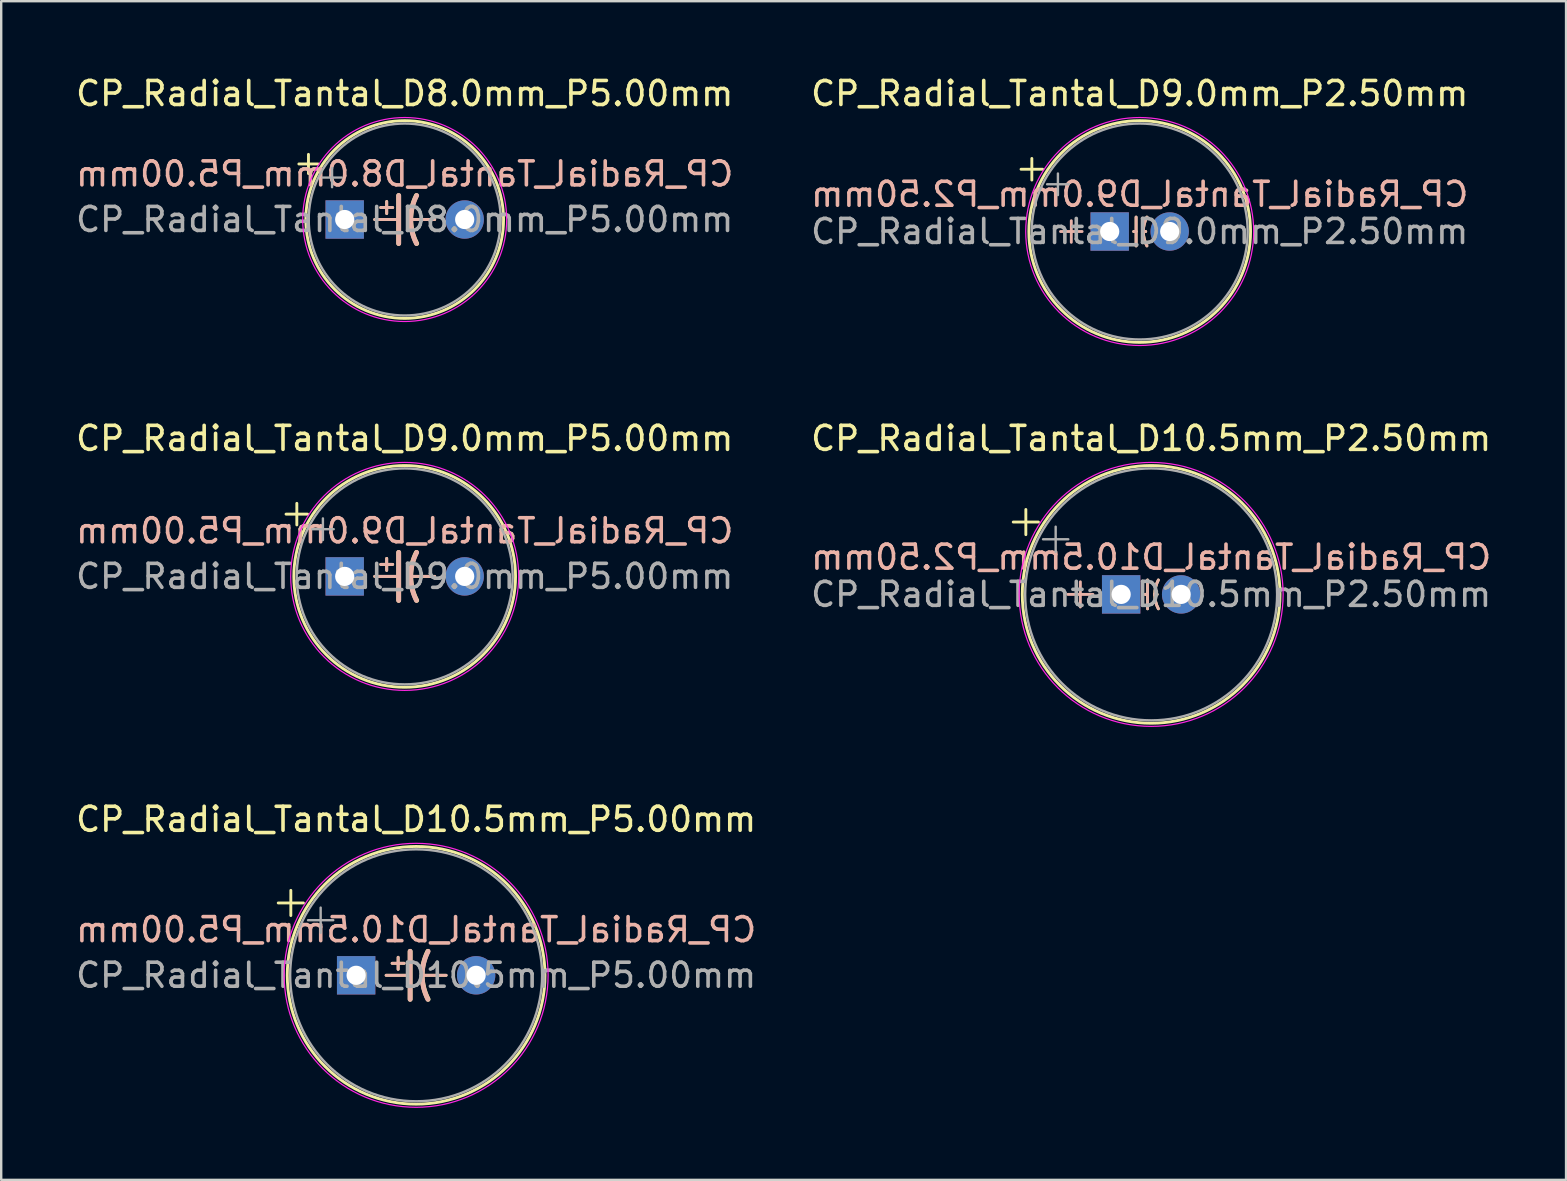
<source format=kicad_pcb>
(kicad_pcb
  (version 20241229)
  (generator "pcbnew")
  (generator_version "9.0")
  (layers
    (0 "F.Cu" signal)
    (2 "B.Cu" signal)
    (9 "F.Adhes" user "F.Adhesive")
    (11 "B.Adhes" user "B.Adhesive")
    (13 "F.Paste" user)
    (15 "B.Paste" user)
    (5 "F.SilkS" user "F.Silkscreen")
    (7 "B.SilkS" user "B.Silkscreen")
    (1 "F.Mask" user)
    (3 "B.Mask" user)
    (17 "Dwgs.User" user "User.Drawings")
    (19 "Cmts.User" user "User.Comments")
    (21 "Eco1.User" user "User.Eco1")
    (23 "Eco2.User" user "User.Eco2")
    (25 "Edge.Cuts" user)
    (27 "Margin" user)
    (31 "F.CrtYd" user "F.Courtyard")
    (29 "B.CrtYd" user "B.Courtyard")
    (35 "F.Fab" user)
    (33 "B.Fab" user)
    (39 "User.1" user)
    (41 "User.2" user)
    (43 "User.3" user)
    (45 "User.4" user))
  (footprint "CP_Radial_Tantal_D9.0mm_P5.00mm"
    (layer "F.Cu")
    (at 11.315 20.971)
    (property "Reference" "CP_Radial_Tantal_D9.0mm_P5.00mm" (at 2.5 -5.75 0) (layer "F.SilkS") (effects (font (size 1 1) (thickness 0.15))))
    (fp_line (start -2.445 -2.595) (end -1.545 -2.595) (stroke (width 0.12) (type solid)) (layer "F.SilkS"))
    (fp_line (start -1.995 -3.045) (end -1.995 -2.145) (stroke (width 0.12) (type solid)) (layer "F.SilkS"))
    (fp_line (start 1.25 0) (end 2.25 0) (stroke (width 0.12) (type solid)) (layer "F.SilkS"))
    (fp_line (start 1.5 -0.5) (end 2 -0.5) (stroke (width 0.12) (type solid)) (layer "F.SilkS"))
    (fp_line (start 1.75 -0.25) (end 1.75 -0.75) (stroke (width 0.12) (type solid)) (layer "F.SilkS"))
    (fp_line (start 2.25 -1) (end 2.25 1) (stroke (width 0.2) (type solid)) (layer "F.SilkS"))
    (fp_line (start 3.75 0) (end 2.75 0) (stroke (width 0.12) (type solid)) (layer "F.SilkS"))
    (fp_arc (start 2.75 0) (mid 2.810254 -0.5139) (end 2.987539 -1) (stroke (width 0.2) (type solid)) (layer "F.SilkS"))
    (fp_arc (start 3 1) (mid 2.816707 0.514573) (end 2.75 0) (stroke (width 0.2) (type solid)) (layer "F.SilkS"))
    (fp_circle (center 2.5 0) (end 7.12 0) (stroke (width 0.12) (type solid)) (fill no) (layer "F.SilkS"))
    (fp_line (start 1.25 0) (end 2.25 0) (stroke (width 0.12) (type solid)) (layer "B.SilkS"))
    (fp_line (start 1.5 -0.5) (end 2 -0.5) (stroke (width 0.12) (type solid)) (layer "B.SilkS"))
    (fp_line (start 1.75 -0.75) (end 1.75 -0.25) (stroke (width 0.12) (type solid)) (layer "B.SilkS"))
    (fp_line (start 2.25 1) (end 2.25 -1) (stroke (width 0.2) (type solid)) (layer "B.SilkS"))
    (fp_line (start 3.75 0) (end 2.75 0) (stroke (width 0.12) (type solid)) (layer "B.SilkS"))
    (fp_arc (start 2.75 0) (mid 2.816707 -0.514573) (end 3 -1) (stroke (width 0.2) (type solid)) (layer "B.SilkS"))
    (fp_arc (start 2.987539 1) (mid 2.810254 0.5139) (end 2.75 0) (stroke (width 0.2) (type solid)) (layer "B.SilkS"))
    (fp_circle (center 2.5 0) (end 7.25 0) (stroke (width 0.05) (type solid)) (fill no) (layer "F.CrtYd"))
    (fp_line (start -1.358 -1.968) (end -0.458 -1.968) (stroke (width 0.1) (type solid)) (layer "F.Fab"))
    (fp_line (start -0.908 -2.417) (end -0.908 -1.518) (stroke (width 0.1) (type solid)) (layer "F.Fab"))
    (fp_circle (center 2.5 0) (end 7 0) (stroke (width 0.1) (type solid)) (fill no) (layer "F.Fab"))
    (fp_text user "${REFERENCE}" (at 2.5 -1.9 0) (layer "B.SilkS") (effects (font (size 1 1) (thickness 0.15)) (justify mirror)))
    (fp_text user "${REFERENCE}" (at 2.5 0 0) (layer "F.Fab") (effects (font (size 1 1) (thickness 0.15))))
    (pad "1" thru_hole rect (at 0 0) (size 1.6 1.6) (drill 0.8) (layers "*.Cu" "*.Mask"))
    (pad "2" thru_hole circle (at 5 0) (size 1.6 1.6) (drill 0.8) (layers "*.Cu" "*.Mask")))
  (footprint "CP_Radial_Tantal_D10.5mm_P5.00mm"
    (layer "F.Cu")
    (at 11.792 37.595)
    (property "Reference" "CP_Radial_Tantal_D10.5mm_P5.00mm" (at 2.5 -6.5 0) (layer "F.SilkS") (effects (font (size 1 1) (thickness 0.15))))
    (fp_line (start -3.247 -3.015) (end -2.197 -3.015) (stroke (width 0.12) (type solid)) (layer "F.SilkS"))
    (fp_line (start -2.722 -3.54) (end -2.722 -2.49) (stroke (width 0.12) (type solid)) (layer "F.SilkS"))
    (fp_line (start 1.25 0) (end 2.25 0) (stroke (width 0.12) (type solid)) (layer "F.SilkS"))
    (fp_line (start 1.5 -0.5) (end 2 -0.5) (stroke (width 0.12) (type solid)) (layer "F.SilkS"))
    (fp_line (start 1.75 -0.25) (end 1.75 -0.75) (stroke (width 0.12) (type solid)) (layer "F.SilkS"))
    (fp_line (start 2.25 -1) (end 2.25 1) (stroke (width 0.2) (type solid)) (layer "F.SilkS"))
    (fp_line (start 3.75 0) (end 2.75 0) (stroke (width 0.12) (type solid)) (layer "F.SilkS"))
    (fp_arc (start 2.75 0) (mid 2.810254 -0.5139) (end 2.987539 -1) (stroke (width 0.2) (type solid)) (layer "F.SilkS"))
    (fp_arc (start 3 1) (mid 2.816707 0.514573) (end 2.75 0) (stroke (width 0.2) (type solid)) (layer "F.SilkS"))
    (fp_circle (center 2.5 0) (end 7.87 0) (stroke (width 0.12) (type solid)) (fill no) (layer "F.SilkS"))
    (fp_line (start 1.25 0) (end 2.25 0) (stroke (width 0.12) (type solid)) (layer "B.SilkS"))
    (fp_line (start 1.5 -0.5) (end 2 -0.5) (stroke (width 0.12) (type solid)) (layer "B.SilkS"))
    (fp_line (start 1.75 -0.75) (end 1.75 -0.25) (stroke (width 0.12) (type solid)) (layer "B.SilkS"))
    (fp_line (start 2.25 1) (end 2.25 -1) (stroke (width 0.2) (type solid)) (layer "B.SilkS"))
    (fp_line (start 3.75 0) (end 2.75 0) (stroke (width 0.12) (type solid)) (layer "B.SilkS"))
    (fp_arc (start 2.75 0) (mid 2.816707 -0.514573) (end 3 -1) (stroke (width 0.2) (type solid)) (layer "B.SilkS"))
    (fp_arc (start 2.987539 1) (mid 2.810254 0.5139) (end 2.75 0) (stroke (width 0.2) (type solid)) (layer "B.SilkS"))
    (fp_circle (center 2.5 0) (end 8 0) (stroke (width 0.05) (type solid)) (fill no) (layer "F.CrtYd"))
    (fp_line (start -2.004 -2.297) (end -0.954 -2.297) (stroke (width 0.1) (type solid)) (layer "F.Fab"))
    (fp_line (start -1.479 -2.822) (end -1.479 -1.772) (stroke (width 0.1) (type solid)) (layer "F.Fab"))
    (fp_circle (center 2.5 0) (end 7.75 0) (stroke (width 0.1) (type solid)) (fill no) (layer "F.Fab"))
    (fp_text user "${REFERENCE}" (at 2.5 -1.9 0) (layer "B.SilkS") (effects (font (size 1 1) (thickness 0.15)) (justify mirror)))
    (fp_text user "${REFERENCE}" (at 2.5 0 0) (layer "F.Fab") (effects (font (size 1 1) (thickness 0.15))))
    (pad "1" thru_hole rect (at 0 0) (size 1.6 1.6) (drill 0.8) (layers "*.Cu" "*.Mask"))
    (pad "2" thru_hole circle (at 5 0) (size 1.6 1.6) (drill 0.8) (layers "*.Cu" "*.Mask")))
  (footprint "CP_Radial_Tantal_D10.5mm_P2.50mm"
    (layer "F.Cu")
    (at 43.673 21.721)
    (property "Reference" "CP_Radial_Tantal_D10.5mm_P2.50mm" (at 1.25 -6.5 0) (layer "F.SilkS") (effects (font (size 1 1) (thickness 0.15))))
    (fp_line (start -4.497 -3.015) (end -3.447 -3.015) (stroke (width 0.12) (type solid)) (layer "F.SilkS"))
    (fp_line (start -3.972 -3.54) (end -3.972 -2.49) (stroke (width 0.12) (type solid)) (layer "F.SilkS"))
    (fp_line (start 1.1 -0.6) (end 1.1 0.6) (stroke (width 0.12) (type solid)) (layer "F.SilkS"))
    (fp_line (start 1.1 0) (end 1 0) (stroke (width 0.12) (type solid)) (layer "F.SilkS"))
    (fp_line (start 1.4 0) (end 1.5 0) (stroke (width 0.12) (type solid)) (layer "F.SilkS"))
    (fp_arc (start 1.4 0) (mid 1.438101 -0.309225) (end 1.55 -0.6) (stroke (width 0.12) (type solid)) (layer "F.SilkS"))
    (fp_arc (start 1.55 0.6) (mid 1.440022 0.308744) (end 1.4 0) (stroke (width 0.12) (type solid)) (layer "F.SilkS"))
    (fp_circle (center 1.25 0) (end 6.62 0) (stroke (width 0.12) (type solid)) (fill no) (layer "F.SilkS"))
    (fp_line (start -1.7 -0.525) (end -1.7 0.525) (stroke (width 0.12) (type solid)) (layer "B.SilkS"))
    (fp_line (start -1.175 0) (end -2.225 0) (stroke (width 0.12) (type solid)) (layer "B.SilkS"))
    (fp_line (start 1.1 0) (end 1 0) (stroke (width 0.12) (type solid)) (layer "B.SilkS"))
    (fp_line (start 1.1 0.6) (end 1.1 -0.6) (stroke (width 0.12) (type solid)) (layer "B.SilkS"))
    (fp_line (start 1.4 0) (end 1.5 0) (stroke (width 0.12) (type solid)) (layer "B.SilkS"))
    (fp_arc (start 1.4 0) (mid 1.440022 -0.308744) (end 1.55 -0.6) (stroke (width 0.12) (type solid)) (layer "B.SilkS"))
    (fp_arc (start 1.55 0.6) (mid 1.438098 0.309225) (end 1.4 0) (stroke (width 0.12) (type solid)) (layer "B.SilkS"))
    (fp_circle (center 1.25 0) (end 6.75 0) (stroke (width 0.05) (type solid)) (fill no) (layer "F.CrtYd"))
    (fp_line (start -3.254 -2.297) (end -2.204 -2.297) (stroke (width 0.1) (type solid)) (layer "F.Fab"))
    (fp_line (start -2.729 -2.822) (end -2.729 -1.772) (stroke (width 0.1) (type solid)) (layer "F.Fab"))
    (fp_circle (center 1.25 0) (end 6.5 0) (stroke (width 0.1) (type solid)) (fill no) (layer "F.Fab"))
    (fp_text user "${REFERENCE}" (at 1.25 -1.55 0) (layer "B.SilkS") (effects (font (size 1 1) (thickness 0.15)) (justify mirror)))
    (fp_text user "${REFERENCE}" (at 1.25 0 0) (layer "F.Fab") (effects (font (size 1 1) (thickness 0.15))))
    (pad "1" thru_hole rect (at 0 0) (size 1.6 1.6) (drill 0.8) (layers "*.Cu" "*.Mask"))
    (pad "2" thru_hole circle (at 2.5 0) (size 1.6 1.6) (drill 0.8) (layers "*.Cu" "*.Mask")))
  (footprint "CP_Radial_Tantal_D9.0mm_P2.50mm"
    (layer "F.Cu")
    (at 43.196 6.598)
    (property "Reference" "CP_Radial_Tantal_D9.0mm_P2.50mm" (at 1.25 -5.75 0) (layer "F.SilkS") (effects (font (size 1 1) (thickness 0.15))))
    (fp_line (start -3.695 -2.595) (end -2.795 -2.595) (stroke (width 0.12) (type solid)) (layer "F.SilkS"))
    (fp_line (start -3.245 -3.045) (end -3.245 -2.145) (stroke (width 0.12) (type solid)) (layer "F.SilkS"))
    (fp_line (start 1.1 -0.6) (end 1.1 0.6) (stroke (width 0.12) (type solid)) (layer "F.SilkS"))
    (fp_line (start 1.1 0) (end 1 0) (stroke (width 0.12) (type solid)) (layer "F.SilkS"))
    (fp_line (start 1.4 0) (end 1.5 0) (stroke (width 0.12) (type solid)) (layer "F.SilkS"))
    (fp_arc (start 1.4 0) (mid 1.438101 -0.309225) (end 1.55 -0.6) (stroke (width 0.12) (type solid)) (layer "F.SilkS"))
    (fp_arc (start 1.55 0.6) (mid 1.440022 0.308744) (end 1.4 0) (stroke (width 0.12) (type solid)) (layer "F.SilkS"))
    (fp_circle (center 1.25 0) (end 5.87 0) (stroke (width 0.12) (type solid)) (fill no) (layer "F.SilkS"))
    (fp_line (start -1.6 -0.45) (end -1.6 0.45) (stroke (width 0.12) (type solid)) (layer "B.SilkS"))
    (fp_line (start -1.15 0) (end -2.05 0) (stroke (width 0.12) (type solid)) (layer "B.SilkS"))
    (fp_line (start 1.1 0) (end 1 0) (stroke (width 0.12) (type solid)) (layer "B.SilkS"))
    (fp_line (start 1.1 0.6) (end 1.1 -0.6) (stroke (width 0.12) (type solid)) (layer "B.SilkS"))
    (fp_line (start 1.4 0) (end 1.5 0) (stroke (width 0.12) (type solid)) (layer "B.SilkS"))
    (fp_arc (start 1.4 0) (mid 1.440022 -0.308744) (end 1.55 -0.6) (stroke (width 0.12) (type solid)) (layer "B.SilkS"))
    (fp_arc (start 1.55 0.6) (mid 1.438098 0.309225) (end 1.4 0) (stroke (width 0.12) (type solid)) (layer "B.SilkS"))
    (fp_circle (center 1.25 0) (end 6 0) (stroke (width 0.05) (type solid)) (fill no) (layer "F.CrtYd"))
    (fp_line (start -2.608 -1.968) (end -1.708 -1.968) (stroke (width 0.1) (type solid)) (layer "F.Fab"))
    (fp_line (start -2.158 -2.417) (end -2.158 -1.518) (stroke (width 0.1) (type solid)) (layer "F.Fab"))
    (fp_circle (center 1.25 0) (end 5.75 0) (stroke (width 0.1) (type solid)) (fill no) (layer "F.Fab"))
    (fp_text user "${REFERENCE}" (at 1.25 -1.55 0) (layer "B.SilkS") (effects (font (size 1 1) (thickness 0.15)) (justify mirror)))
    (fp_text user "${REFERENCE}" (at 1.25 0 0) (layer "F.Fab") (effects (font (size 1 1) (thickness 0.15))))
    (pad "1" thru_hole rect (at 0 0) (size 1.6 1.6) (drill 0.8) (layers "*.Cu" "*.Mask"))
    (pad "2" thru_hole circle (at 2.5 0) (size 1.6 1.6) (drill 0.8) (layers "*.Cu" "*.Mask")))
  (footprint "CP_Radial_Tantal_D8.0mm_P5.00mm"
    (layer "F.Cu")
    (at 11.315 6.098)
    (property "Reference" "CP_Radial_Tantal_D8.0mm_P5.00mm" (at 2.5 -5.25 0) (layer "F.SilkS") (effects (font (size 1 1) (thickness 0.15))))
    (fp_line (start -1.91 -2.315) (end -1.11 -2.315) (stroke (width 0.12) (type solid)) (layer "F.SilkS"))
    (fp_line (start -1.51 -2.715) (end -1.51 -1.915) (stroke (width 0.12) (type solid)) (layer "F.SilkS"))
    (fp_line (start 1.25 0) (end 2.25 0) (stroke (width 0.12) (type solid)) (layer "F.SilkS"))
    (fp_line (start 1.5 -0.5) (end 2 -0.5) (stroke (width 0.12) (type solid)) (layer "F.SilkS"))
    (fp_line (start 1.75 -0.25) (end 1.75 -0.75) (stroke (width 0.12) (type solid)) (layer "F.SilkS"))
    (fp_line (start 2.25 -1) (end 2.25 1) (stroke (width 0.2) (type solid)) (layer "F.SilkS"))
    (fp_line (start 3.75 0) (end 2.75 0) (stroke (width 0.12) (type solid)) (layer "F.SilkS"))
    (fp_arc (start 2.75 0) (mid 2.810254 -0.5139) (end 2.987539 -1) (stroke (width 0.2) (type solid)) (layer "F.SilkS"))
    (fp_arc (start 3 1) (mid 2.816707 0.514573) (end 2.75 0) (stroke (width 0.2) (type solid)) (layer "F.SilkS"))
    (fp_circle (center 2.5 0) (end 6.62 0) (stroke (width 0.12) (type solid)) (fill no) (layer "F.SilkS"))
    (fp_line (start 1.25 0) (end 2.25 0) (stroke (width 0.12) (type solid)) (layer "B.SilkS"))
    (fp_line (start 1.5 -0.5) (end 2 -0.5) (stroke (width 0.12) (type solid)) (layer "B.SilkS"))
    (fp_line (start 1.75 -0.75) (end 1.75 -0.25) (stroke (width 0.12) (type solid)) (layer "B.SilkS"))
    (fp_line (start 2.25 1) (end 2.25 -1) (stroke (width 0.2) (type solid)) (layer "B.SilkS"))
    (fp_line (start 3.75 0) (end 2.75 0) (stroke (width 0.12) (type solid)) (layer "B.SilkS"))
    (fp_arc (start 2.75 0) (mid 2.816707 -0.514573) (end 3 -1) (stroke (width 0.2) (type solid)) (layer "B.SilkS"))
    (fp_arc (start 2.987539 1) (mid 2.810254 0.5139) (end 2.75 0) (stroke (width 0.2) (type solid)) (layer "B.SilkS"))
    (fp_circle (center 2.5 0) (end 6.75 0) (stroke (width 0.05) (type solid)) (fill no) (layer "F.CrtYd"))
    (fp_line (start -0.927 -1.748) (end -0.127 -1.748) (stroke (width 0.1) (type solid)) (layer "F.Fab"))
    (fp_line (start -0.527 -2.147) (end -0.527 -1.347) (stroke (width 0.1) (type solid)) (layer "F.Fab"))
    (fp_circle (center 2.5 0) (end 6.5 0) (stroke (width 0.1) (type solid)) (fill no) (layer "F.Fab"))
    (fp_text user "${REFERENCE}" (at 2.5 -1.9 0) (layer "B.SilkS") (effects (font (size 1 1) (thickness 0.15)) (justify mirror)))
    (fp_text user "${REFERENCE}" (at 2.5 0 0) (layer "F.Fab") (effects (font (size 1 1) (thickness 0.15))))
    (pad "1" thru_hole rect (at 0 0) (size 1.6 1.6) (drill 0.8) (layers "*.Cu" "*.Mask"))
    (pad "2" thru_hole circle (at 5 0) (size 1.6 1.6) (drill 0.8) (layers "*.Cu" "*.Mask")))
  (gr_rect
    (start -3 -3)
    (end 62.214 46.12)
    (stroke (width 0.1) (type default))
    (fill no)
    (layer "Edge.Cuts")))
</source>
